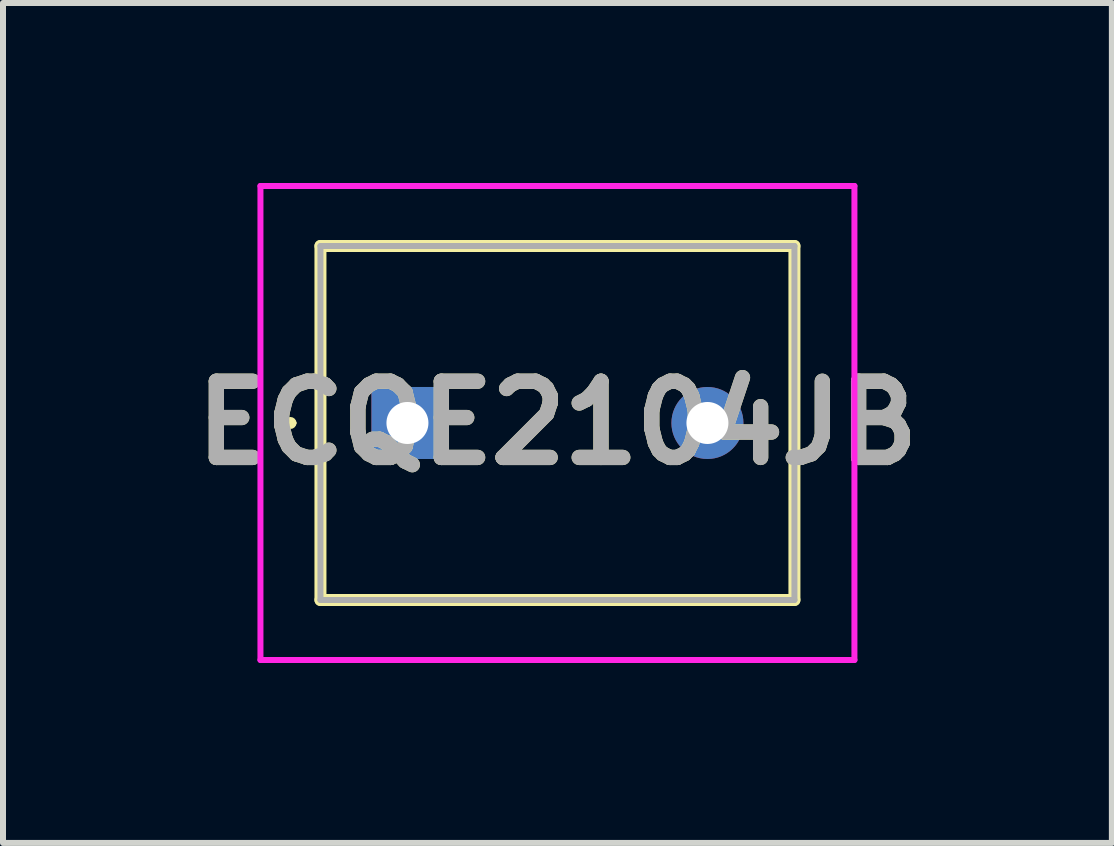
<source format=kicad_pcb>
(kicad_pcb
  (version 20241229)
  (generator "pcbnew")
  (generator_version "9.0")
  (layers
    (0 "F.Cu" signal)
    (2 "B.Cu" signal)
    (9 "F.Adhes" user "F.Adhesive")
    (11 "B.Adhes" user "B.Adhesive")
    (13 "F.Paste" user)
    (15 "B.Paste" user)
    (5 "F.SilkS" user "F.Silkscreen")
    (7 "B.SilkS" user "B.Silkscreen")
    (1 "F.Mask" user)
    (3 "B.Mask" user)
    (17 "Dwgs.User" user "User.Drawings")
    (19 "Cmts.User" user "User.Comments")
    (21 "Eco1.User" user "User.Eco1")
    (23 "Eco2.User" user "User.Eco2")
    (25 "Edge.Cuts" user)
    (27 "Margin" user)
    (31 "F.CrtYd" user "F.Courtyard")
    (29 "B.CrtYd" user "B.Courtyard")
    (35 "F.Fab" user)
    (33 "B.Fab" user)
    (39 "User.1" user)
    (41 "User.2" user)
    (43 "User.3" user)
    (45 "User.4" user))
  (footprint "ECQE2104JB"
    (layer "F.Cu")
    (at 3.741 4)
    (property "Reference" "ECQE2104JB" (at 2.5 0 0) (layer "F.SilkS") (effects (font (size 1.27 1.27) (thickness 0.254))))
    (attr through_hole)
    (fp_line (start -2 0) (end -2 0) (stroke (width 0.1) (type solid)) (layer "F.SilkS"))
    (fp_line (start -1.9 0) (end -1.9 0) (stroke (width 0.1) (type solid)) (layer "F.SilkS"))
    (fp_line (start -1.45 -2.95) (end -1.45 2.95) (stroke (width 0.2) (type solid)) (layer "F.SilkS"))
    (fp_line (start -1.45 2.95) (end 6.45 2.95) (stroke (width 0.2) (type solid)) (layer "F.SilkS"))
    (fp_line (start 6.45 -2.95) (end -1.45 -2.95) (stroke (width 0.2) (type solid)) (layer "F.SilkS"))
    (fp_line (start 6.45 2.95) (end 6.45 -2.95) (stroke (width 0.2) (type solid)) (layer "F.SilkS"))
    (fp_arc (start -2 0) (mid -1.95 -0.05) (end -1.9 0) (stroke (width 0.1) (type solid)) (layer "F.SilkS"))
    (fp_arc (start -1.9 0) (mid -1.95 0.05) (end -2 0) (stroke (width 0.1) (type solid)) (layer "F.SilkS"))
    (fp_line (start -2.45 -3.95) (end 7.45 -3.95) (stroke (width 0.1) (type solid)) (layer "F.CrtYd"))
    (fp_line (start -2.45 3.95) (end -2.45 -3.95) (stroke (width 0.1) (type solid)) (layer "F.CrtYd"))
    (fp_line (start 7.45 -3.95) (end 7.45 3.95) (stroke (width 0.1) (type solid)) (layer "F.CrtYd"))
    (fp_line (start 7.45 3.95) (end -2.45 3.95) (stroke (width 0.1) (type solid)) (layer "F.CrtYd"))
    (fp_line (start -1.45 -2.95) (end -1.45 2.95) (stroke (width 0.1) (type solid)) (layer "F.Fab"))
    (fp_line (start -1.45 2.95) (end 6.45 2.95) (stroke (width 0.1) (type solid)) (layer "F.Fab"))
    (fp_line (start 6.45 -2.95) (end -1.45 -2.95) (stroke (width 0.1) (type solid)) (layer "F.Fab"))
    (fp_line (start 6.45 2.95) (end 6.45 -2.95) (stroke (width 0.1) (type solid)) (layer "F.Fab"))
    (fp_text user "${REFERENCE}" (at 2.5 0 0) (layer "F.Fab") (effects (font (size 1.27 1.27) (thickness 0.254))))
    (pad "1" thru_hole rect (at 0 0) (size 1.2 1.2) (drill 0.7) (layers "*.Cu" "*.Mask"))
    (pad "2" thru_hole circle (at 5 0) (size 1.2 1.2) (drill 0.7) (layers "*.Cu" "*.Mask")))
  (gr_rect
    (start -3 -3)
    (end 15.482 11)
    (stroke (width 0.1) (type default))
    (fill no)
    (layer "Edge.Cuts")))
</source>
